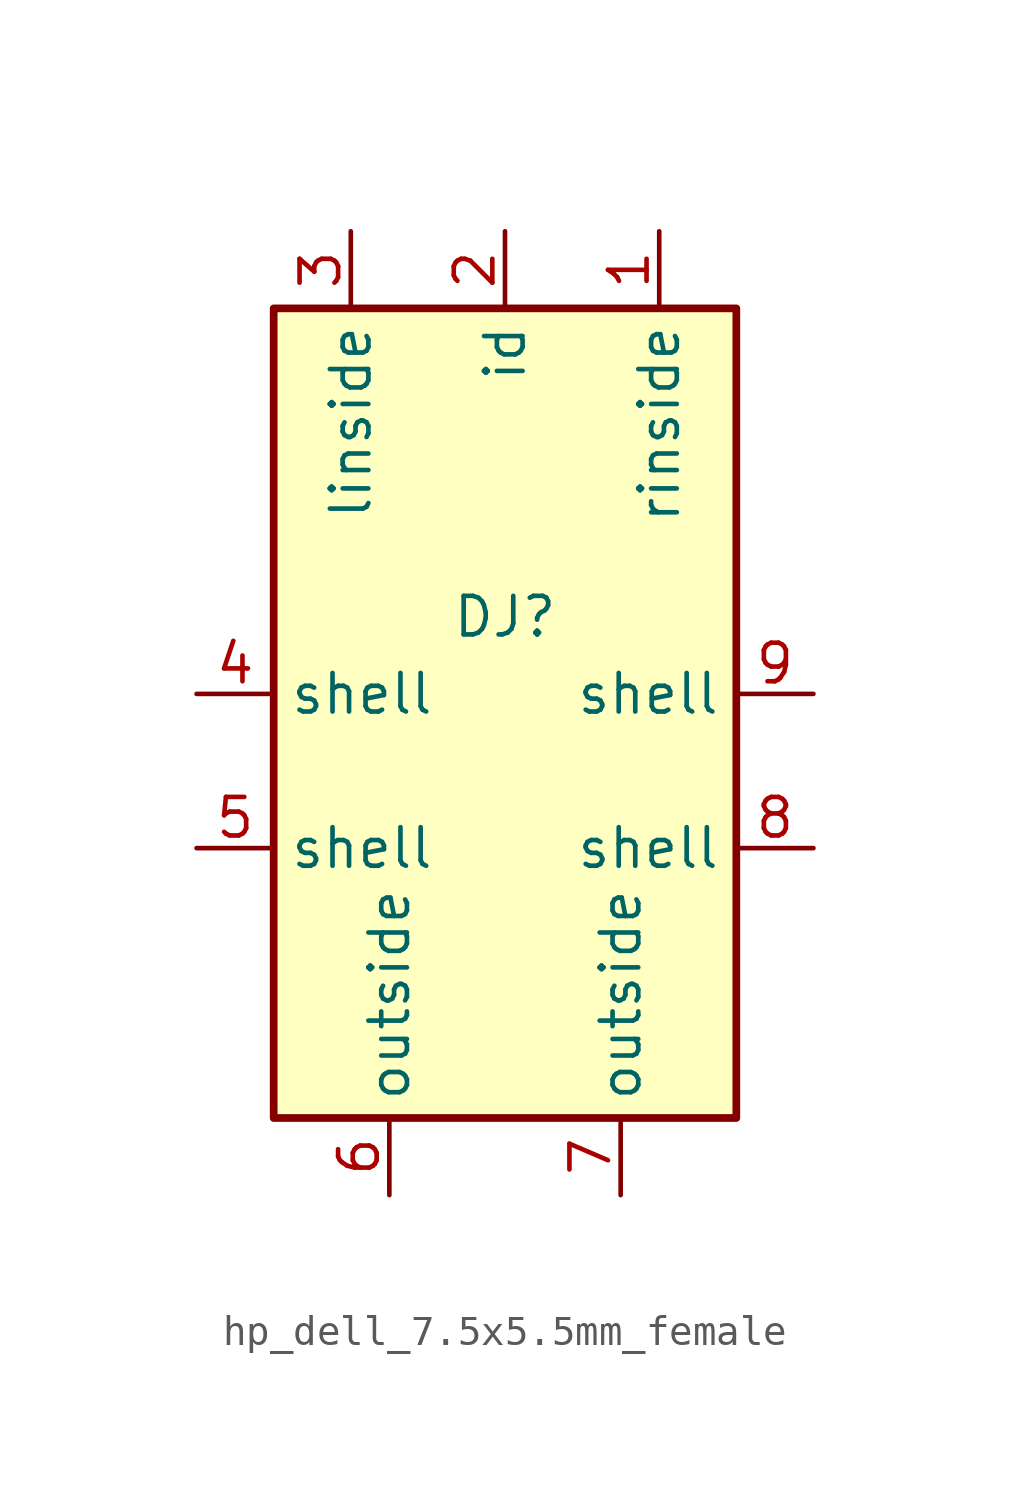
<source format=kicad_sym>
(kicad_symbol_lib
  (version 20220914)
  (generator kicad_symbol_editor)
  (symbol "hp_dell_7.5x5.5mm_female"
    (property "Reference" "DJ"
      (at 0 -2.54 0)
      (effects (font (size 1.27 1.27))))
    (property "Value" ""
      (at 0 0 0)
      (effects (font (size 1.27 1.27))))
    (symbol "hp_dell_7.5x5.5mm_female_0_1"
      (rectangle (start -7.62 7.62) (end 7.62 -19.05) (stroke (width 0.254) (type default)) (fill (type background))))
    (symbol "hp_dell_7.5x5.5mm_female_1_1"
      (pin passive line (at 5.08 10.16 270) (length 2.54) (name "rinside" (effects (font (size 1.27 1.27)))) (number "1" (effects (font (size 1.27 1.27)))))
      (pin passive line (at 0 10.16 270) (length 2.54) (name "id" (effects (font (size 1.27 1.27)))) (number "2" (effects (font (size 1.27 1.27)))))
      (pin passive line (at -5.08 10.16 270) (length 2.54) (name "linside" (effects (font (size 1.27 1.27)))) (number "3" (effects (font (size 1.27 1.27)))))
      (pin passive line (at -10.16 -5.08 0) (length 2.54) (name "shell" (effects (font (size 1.27 1.27)))) (number "4" (effects (font (size 1.27 1.27)))))
      (pin passive line (at -10.16 -10.16 0) (length 2.54) (name "shell" (effects (font (size 1.27 1.27)))) (number "5" (effects (font (size 1.27 1.27)))))
      (pin passive line (at -3.81 -21.59 90) (length 2.54) (name "outside" (effects (font (size 1.27 1.27)))) (number "6" (effects (font (size 1.27 1.27)))))
      (pin passive line (at 3.81 -21.59 90) (length 2.54) (name "outside" (effects (font (size 1.27 1.27)))) (number "7" (effects (font (size 1.27 1.27)))))
      (pin passive line (at 10.16 -10.16 180) (length 2.54) (name "shell" (effects (font (size 1.27 1.27)))) (number "8" (effects (font (size 1.27 1.27)))))
      (pin passive line (at 10.16 -5.08 180) (length 2.54) (name "shell" (effects (font (size 1.27 1.27)))) (number "9" (effects (font (size 1.27 1.27))))))))
</source>
